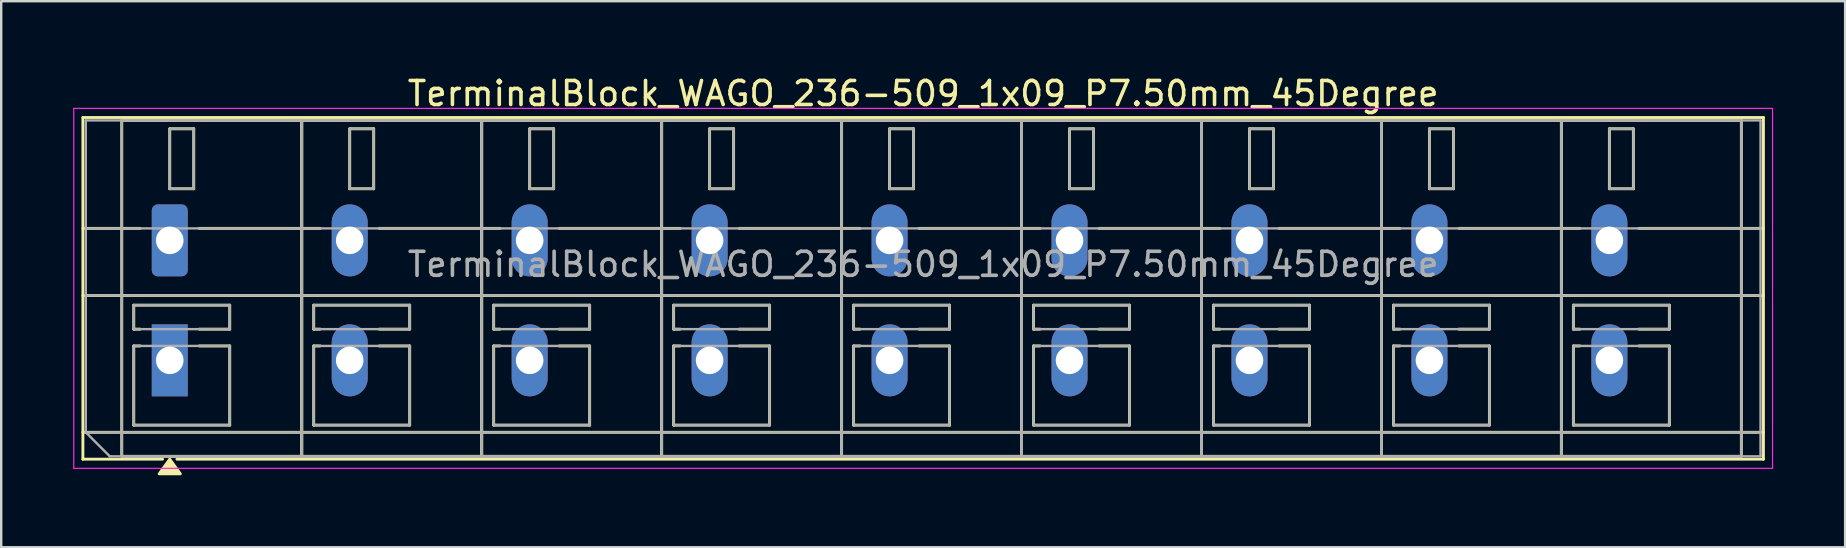
<source format=kicad_pcb>
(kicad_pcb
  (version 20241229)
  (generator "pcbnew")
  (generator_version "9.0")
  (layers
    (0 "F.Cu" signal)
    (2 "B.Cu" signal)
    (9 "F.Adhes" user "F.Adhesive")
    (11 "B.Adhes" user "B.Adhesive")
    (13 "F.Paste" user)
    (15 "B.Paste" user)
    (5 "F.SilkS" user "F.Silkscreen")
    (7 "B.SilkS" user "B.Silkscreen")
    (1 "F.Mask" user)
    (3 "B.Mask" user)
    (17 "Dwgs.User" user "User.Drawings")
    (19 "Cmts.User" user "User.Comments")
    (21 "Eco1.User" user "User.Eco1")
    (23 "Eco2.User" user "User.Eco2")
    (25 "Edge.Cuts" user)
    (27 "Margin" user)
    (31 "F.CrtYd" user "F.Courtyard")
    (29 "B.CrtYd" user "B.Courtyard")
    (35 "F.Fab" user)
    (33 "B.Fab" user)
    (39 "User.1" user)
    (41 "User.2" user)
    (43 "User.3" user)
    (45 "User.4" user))
  (footprint "TerminalBlock_WAGO_236-509_1x09_P7.50mm_45Degree"
    (layer "F.Cu")
    (at 4.025 6.968)
    (property "Reference" "TerminalBlock_WAGO_236-509_1x09_P7.50mm_45Degree" (at 31.4 -6.12 0) (layer "F.SilkS") (effects (font (size 1 1) (thickness 0.15))))
    (attr through_hole)
    (fp_line (start -3.62 -5.12) (end -3.62 9.12) (stroke (width 0.12) (type solid)) (layer "F.SilkS"))
    (fp_line (start -3.62 -5.12) (end 66.42 -5.12) (stroke (width 0.12) (type solid)) (layer "F.SilkS"))
    (fp_line (start -3.62 -0.5) (end -1.23 -0.5) (stroke (width 0.12) (type solid)) (layer "F.SilkS"))
    (fp_line (start -3.62 2.3) (end 66.42 2.3) (stroke (width 0.12) (type solid)) (layer "F.SilkS"))
    (fp_line (start -3.62 8) (end 66.42 8) (stroke (width 0.12) (type solid)) (layer "F.SilkS"))
    (fp_line (start -3.62 9.12) (end -0.3 9.12) (stroke (width 0.12) (type solid)) (layer "F.SilkS"))
    (fp_line (start -2 -5) (end -2 9) (stroke (width 0.12) (type solid)) (layer "F.SilkS"))
    (fp_line (start -2 -5) (end 5.5 -5) (stroke (width 0.12) (type solid)) (layer "F.SilkS"))
    (fp_line (start -2 9) (end 5.5 9) (stroke (width 0.12) (type solid)) (layer "F.SilkS"))
    (fp_line (start -1.5 2.7) (end -1.5 3.7) (stroke (width 0.12) (type solid)) (layer "F.SilkS"))
    (fp_line (start -1.5 2.7) (end 2.5 2.7) (stroke (width 0.12) (type solid)) (layer "F.SilkS"))
    (fp_line (start -1.5 3.7) (end -1.23 3.7) (stroke (width 0.12) (type solid)) (layer "F.SilkS"))
    (fp_line (start -1.5 4.4) (end -1.5 7.7) (stroke (width 0.12) (type solid)) (layer "F.SilkS"))
    (fp_line (start -1.5 4.4) (end -1.23 4.4) (stroke (width 0.12) (type solid)) (layer "F.SilkS"))
    (fp_line (start -1.5 7.7) (end 2.5 7.7) (stroke (width 0.12) (type solid)) (layer "F.SilkS"))
    (fp_line (start 0 -4.65) (end 0 -2.15) (stroke (width 0.12) (type solid)) (layer "F.SilkS"))
    (fp_line (start 0 -4.65) (end 1 -4.65) (stroke (width 0.12) (type solid)) (layer "F.SilkS"))
    (fp_line (start 0 -2.15) (end 1 -2.15) (stroke (width 0.12) (type solid)) (layer "F.SilkS"))
    (fp_line (start 0.3 9.12) (end 66.42 9.12) (stroke (width 0.12) (type solid)) (layer "F.SilkS"))
    (fp_line (start 1 -4.65) (end 1 -2.15) (stroke (width 0.12) (type solid)) (layer "F.SilkS"))
    (fp_line (start 1.23 -0.5) (end 6.27 -0.5) (stroke (width 0.12) (type solid)) (layer "F.SilkS"))
    (fp_line (start 1.23 3.7) (end 2.5 3.7) (stroke (width 0.12) (type solid)) (layer "F.SilkS"))
    (fp_line (start 1.23 4.4) (end 2.5 4.4) (stroke (width 0.12) (type solid)) (layer "F.SilkS"))
    (fp_line (start 2.5 2.7) (end 2.5 3.7) (stroke (width 0.12) (type solid)) (layer "F.SilkS"))
    (fp_line (start 2.5 4.4) (end 2.5 7.7) (stroke (width 0.12) (type solid)) (layer "F.SilkS"))
    (fp_line (start 5.5 -5) (end 5.5 9) (stroke (width 0.12) (type solid)) (layer "F.SilkS"))
    (fp_line (start 5.5 -5) (end 5.5 9) (stroke (width 0.12) (type solid)) (layer "F.SilkS"))
    (fp_line (start 5.5 -5) (end 13 -5) (stroke (width 0.12) (type solid)) (layer "F.SilkS"))
    (fp_line (start 5.5 9) (end 13 9) (stroke (width 0.12) (type solid)) (layer "F.SilkS"))
    (fp_line (start 6 2.7) (end 6 3.7) (stroke (width 0.12) (type solid)) (layer "F.SilkS"))
    (fp_line (start 6 2.7) (end 10 2.7) (stroke (width 0.12) (type solid)) (layer "F.SilkS"))
    (fp_line (start 6 3.7) (end 6.27 3.7) (stroke (width 0.12) (type solid)) (layer "F.SilkS"))
    (fp_line (start 6 4.4) (end 6 7.7) (stroke (width 0.12) (type solid)) (layer "F.SilkS"))
    (fp_line (start 6 4.4) (end 6.27 4.4) (stroke (width 0.12) (type solid)) (layer "F.SilkS"))
    (fp_line (start 6 7.7) (end 10 7.7) (stroke (width 0.12) (type solid)) (layer "F.SilkS"))
    (fp_line (start 7.5 -4.65) (end 7.5 -2.15) (stroke (width 0.12) (type solid)) (layer "F.SilkS"))
    (fp_line (start 7.5 -4.65) (end 8.5 -4.65) (stroke (width 0.12) (type solid)) (layer "F.SilkS"))
    (fp_line (start 7.5 -2.15) (end 8.5 -2.15) (stroke (width 0.12) (type solid)) (layer "F.SilkS"))
    (fp_line (start 8.5 -4.65) (end 8.5 -2.15) (stroke (width 0.12) (type solid)) (layer "F.SilkS"))
    (fp_line (start 8.73 -0.5) (end 13.77 -0.5) (stroke (width 0.12) (type solid)) (layer "F.SilkS"))
    (fp_line (start 8.73 3.7) (end 10 3.7) (stroke (width 0.12) (type solid)) (layer "F.SilkS"))
    (fp_line (start 8.73 4.4) (end 10 4.4) (stroke (width 0.12) (type solid)) (layer "F.SilkS"))
    (fp_line (start 10 2.7) (end 10 3.7) (stroke (width 0.12) (type solid)) (layer "F.SilkS"))
    (fp_line (start 10 4.4) (end 10 7.7) (stroke (width 0.12) (type solid)) (layer "F.SilkS"))
    (fp_line (start 13 -5) (end 13 9) (stroke (width 0.12) (type solid)) (layer "F.SilkS"))
    (fp_line (start 13 -5) (end 13 9) (stroke (width 0.12) (type solid)) (layer "F.SilkS"))
    (fp_line (start 13 -5) (end 20.5 -5) (stroke (width 0.12) (type solid)) (layer "F.SilkS"))
    (fp_line (start 13 9) (end 20.5 9) (stroke (width 0.12) (type solid)) (layer "F.SilkS"))
    (fp_line (start 13.5 2.7) (end 13.5 3.7) (stroke (width 0.12) (type solid)) (layer "F.SilkS"))
    (fp_line (start 13.5 2.7) (end 17.5 2.7) (stroke (width 0.12) (type solid)) (layer "F.SilkS"))
    (fp_line (start 13.5 3.7) (end 13.77 3.7) (stroke (width 0.12) (type solid)) (layer "F.SilkS"))
    (fp_line (start 13.5 4.4) (end 13.5 7.7) (stroke (width 0.12) (type solid)) (layer "F.SilkS"))
    (fp_line (start 13.5 4.4) (end 13.77 4.4) (stroke (width 0.12) (type solid)) (layer "F.SilkS"))
    (fp_line (start 13.5 7.7) (end 17.5 7.7) (stroke (width 0.12) (type solid)) (layer "F.SilkS"))
    (fp_line (start 15 -4.65) (end 15 -2.15) (stroke (width 0.12) (type solid)) (layer "F.SilkS"))
    (fp_line (start 15 -4.65) (end 16 -4.65) (stroke (width 0.12) (type solid)) (layer "F.SilkS"))
    (fp_line (start 15 -2.15) (end 16 -2.15) (stroke (width 0.12) (type solid)) (layer "F.SilkS"))
    (fp_line (start 16 -4.65) (end 16 -2.15) (stroke (width 0.12) (type solid)) (layer "F.SilkS"))
    (fp_line (start 16.23 -0.5) (end 21.27 -0.5) (stroke (width 0.12) (type solid)) (layer "F.SilkS"))
    (fp_line (start 16.23 3.7) (end 17.5 3.7) (stroke (width 0.12) (type solid)) (layer "F.SilkS"))
    (fp_line (start 16.23 4.4) (end 17.5 4.4) (stroke (width 0.12) (type solid)) (layer "F.SilkS"))
    (fp_line (start 17.5 2.7) (end 17.5 3.7) (stroke (width 0.12) (type solid)) (layer "F.SilkS"))
    (fp_line (start 17.5 4.4) (end 17.5 7.7) (stroke (width 0.12) (type solid)) (layer "F.SilkS"))
    (fp_line (start 20.5 -5) (end 20.5 9) (stroke (width 0.12) (type solid)) (layer "F.SilkS"))
    (fp_line (start 20.5 -5) (end 20.5 9) (stroke (width 0.12) (type solid)) (layer "F.SilkS"))
    (fp_line (start 20.5 -5) (end 28 -5) (stroke (width 0.12) (type solid)) (layer "F.SilkS"))
    (fp_line (start 20.5 9) (end 28 9) (stroke (width 0.12) (type solid)) (layer "F.SilkS"))
    (fp_line (start 21 2.7) (end 21 3.7) (stroke (width 0.12) (type solid)) (layer "F.SilkS"))
    (fp_line (start 21 2.7) (end 25 2.7) (stroke (width 0.12) (type solid)) (layer "F.SilkS"))
    (fp_line (start 21 3.7) (end 21.27 3.7) (stroke (width 0.12) (type solid)) (layer "F.SilkS"))
    (fp_line (start 21 4.4) (end 21 7.7) (stroke (width 0.12) (type solid)) (layer "F.SilkS"))
    (fp_line (start 21 4.4) (end 21.27 4.4) (stroke (width 0.12) (type solid)) (layer "F.SilkS"))
    (fp_line (start 21 7.7) (end 25 7.7) (stroke (width 0.12) (type solid)) (layer "F.SilkS"))
    (fp_line (start 22.5 -4.65) (end 22.5 -2.15) (stroke (width 0.12) (type solid)) (layer "F.SilkS"))
    (fp_line (start 22.5 -4.65) (end 23.5 -4.65) (stroke (width 0.12) (type solid)) (layer "F.SilkS"))
    (fp_line (start 22.5 -2.15) (end 23.5 -2.15) (stroke (width 0.12) (type solid)) (layer "F.SilkS"))
    (fp_line (start 23.5 -4.65) (end 23.5 -2.15) (stroke (width 0.12) (type solid)) (layer "F.SilkS"))
    (fp_line (start 23.73 -0.5) (end 28.77 -0.5) (stroke (width 0.12) (type solid)) (layer "F.SilkS"))
    (fp_line (start 23.73 3.7) (end 25 3.7) (stroke (width 0.12) (type solid)) (layer "F.SilkS"))
    (fp_line (start 23.73 4.4) (end 25 4.4) (stroke (width 0.12) (type solid)) (layer "F.SilkS"))
    (fp_line (start 25 2.7) (end 25 3.7) (stroke (width 0.12) (type solid)) (layer "F.SilkS"))
    (fp_line (start 25 4.4) (end 25 7.7) (stroke (width 0.12) (type solid)) (layer "F.SilkS"))
    (fp_line (start 28 -5) (end 28 9) (stroke (width 0.12) (type solid)) (layer "F.SilkS"))
    (fp_line (start 28 -5) (end 28 9) (stroke (width 0.12) (type solid)) (layer "F.SilkS"))
    (fp_line (start 28 -5) (end 35.5 -5) (stroke (width 0.12) (type solid)) (layer "F.SilkS"))
    (fp_line (start 28 9) (end 35.5 9) (stroke (width 0.12) (type solid)) (layer "F.SilkS"))
    (fp_line (start 28.5 2.7) (end 28.5 3.7) (stroke (width 0.12) (type solid)) (layer "F.SilkS"))
    (fp_line (start 28.5 2.7) (end 32.5 2.7) (stroke (width 0.12) (type solid)) (layer "F.SilkS"))
    (fp_line (start 28.5 3.7) (end 28.77 3.7) (stroke (width 0.12) (type solid)) (layer "F.SilkS"))
    (fp_line (start 28.5 4.4) (end 28.5 7.7) (stroke (width 0.12) (type solid)) (layer "F.SilkS"))
    (fp_line (start 28.5 4.4) (end 28.77 4.4) (stroke (width 0.12) (type solid)) (layer "F.SilkS"))
    (fp_line (start 28.5 7.7) (end 32.5 7.7) (stroke (width 0.12) (type solid)) (layer "F.SilkS"))
    (fp_line (start 30 -4.65) (end 30 -2.15) (stroke (width 0.12) (type solid)) (layer "F.SilkS"))
    (fp_line (start 30 -4.65) (end 31 -4.65) (stroke (width 0.12) (type solid)) (layer "F.SilkS"))
    (fp_line (start 30 -2.15) (end 31 -2.15) (stroke (width 0.12) (type solid)) (layer "F.SilkS"))
    (fp_line (start 31 -4.65) (end 31 -2.15) (stroke (width 0.12) (type solid)) (layer "F.SilkS"))
    (fp_line (start 31.23 -0.5) (end 36.27 -0.5) (stroke (width 0.12) (type solid)) (layer "F.SilkS"))
    (fp_line (start 31.23 3.7) (end 32.5 3.7) (stroke (width 0.12) (type solid)) (layer "F.SilkS"))
    (fp_line (start 31.23 4.4) (end 32.5 4.4) (stroke (width 0.12) (type solid)) (layer "F.SilkS"))
    (fp_line (start 32.5 2.7) (end 32.5 3.7) (stroke (width 0.12) (type solid)) (layer "F.SilkS"))
    (fp_line (start 32.5 4.4) (end 32.5 7.7) (stroke (width 0.12) (type solid)) (layer "F.SilkS"))
    (fp_line (start 35.5 -5) (end 35.5 9) (stroke (width 0.12) (type solid)) (layer "F.SilkS"))
    (fp_line (start 35.5 -5) (end 35.5 9) (stroke (width 0.12) (type solid)) (layer "F.SilkS"))
    (fp_line (start 35.5 -5) (end 43 -5) (stroke (width 0.12) (type solid)) (layer "F.SilkS"))
    (fp_line (start 35.5 9) (end 43 9) (stroke (width 0.12) (type solid)) (layer "F.SilkS"))
    (fp_line (start 36 2.7) (end 36 3.7) (stroke (width 0.12) (type solid)) (layer "F.SilkS"))
    (fp_line (start 36 2.7) (end 40 2.7) (stroke (width 0.12) (type solid)) (layer "F.SilkS"))
    (fp_line (start 36 3.7) (end 36.27 3.7) (stroke (width 0.12) (type solid)) (layer "F.SilkS"))
    (fp_line (start 36 4.4) (end 36 7.7) (stroke (width 0.12) (type solid)) (layer "F.SilkS"))
    (fp_line (start 36 4.4) (end 36.27 4.4) (stroke (width 0.12) (type solid)) (layer "F.SilkS"))
    (fp_line (start 36 7.7) (end 40 7.7) (stroke (width 0.12) (type solid)) (layer "F.SilkS"))
    (fp_line (start 37.5 -4.65) (end 37.5 -2.15) (stroke (width 0.12) (type solid)) (layer "F.SilkS"))
    (fp_line (start 37.5 -4.65) (end 38.5 -4.65) (stroke (width 0.12) (type solid)) (layer "F.SilkS"))
    (fp_line (start 37.5 -2.15) (end 38.5 -2.15) (stroke (width 0.12) (type solid)) (layer "F.SilkS"))
    (fp_line (start 38.5 -4.65) (end 38.5 -2.15) (stroke (width 0.12) (type solid)) (layer "F.SilkS"))
    (fp_line (start 38.73 -0.5) (end 43.77 -0.5) (stroke (width 0.12) (type solid)) (layer "F.SilkS"))
    (fp_line (start 38.73 3.7) (end 40 3.7) (stroke (width 0.12) (type solid)) (layer "F.SilkS"))
    (fp_line (start 38.73 4.4) (end 40 4.4) (stroke (width 0.12) (type solid)) (layer "F.SilkS"))
    (fp_line (start 40 2.7) (end 40 3.7) (stroke (width 0.12) (type solid)) (layer "F.SilkS"))
    (fp_line (start 40 4.4) (end 40 7.7) (stroke (width 0.12) (type solid)) (layer "F.SilkS"))
    (fp_line (start 43 -5) (end 43 9) (stroke (width 0.12) (type solid)) (layer "F.SilkS"))
    (fp_line (start 43 -5) (end 43 9) (stroke (width 0.12) (type solid)) (layer "F.SilkS"))
    (fp_line (start 43 -5) (end 50.5 -5) (stroke (width 0.12) (type solid)) (layer "F.SilkS"))
    (fp_line (start 43 9) (end 50.5 9) (stroke (width 0.12) (type solid)) (layer "F.SilkS"))
    (fp_line (start 43.5 2.7) (end 43.5 3.7) (stroke (width 0.12) (type solid)) (layer "F.SilkS"))
    (fp_line (start 43.5 2.7) (end 47.5 2.7) (stroke (width 0.12) (type solid)) (layer "F.SilkS"))
    (fp_line (start 43.5 3.7) (end 43.77 3.7) (stroke (width 0.12) (type solid)) (layer "F.SilkS"))
    (fp_line (start 43.5 4.4) (end 43.5 7.7) (stroke (width 0.12) (type solid)) (layer "F.SilkS"))
    (fp_line (start 43.5 4.4) (end 43.77 4.4) (stroke (width 0.12) (type solid)) (layer "F.SilkS"))
    (fp_line (start 43.5 7.7) (end 47.5 7.7) (stroke (width 0.12) (type solid)) (layer "F.SilkS"))
    (fp_line (start 45 -4.65) (end 45 -2.15) (stroke (width 0.12) (type solid)) (layer "F.SilkS"))
    (fp_line (start 45 -4.65) (end 46 -4.65) (stroke (width 0.12) (type solid)) (layer "F.SilkS"))
    (fp_line (start 45 -2.15) (end 46 -2.15) (stroke (width 0.12) (type solid)) (layer "F.SilkS"))
    (fp_line (start 46 -4.65) (end 46 -2.15) (stroke (width 0.12) (type solid)) (layer "F.SilkS"))
    (fp_line (start 46.23 -0.5) (end 51.27 -0.5) (stroke (width 0.12) (type solid)) (layer "F.SilkS"))
    (fp_line (start 46.23 3.7) (end 47.5 3.7) (stroke (width 0.12) (type solid)) (layer "F.SilkS"))
    (fp_line (start 46.23 4.4) (end 47.5 4.4) (stroke (width 0.12) (type solid)) (layer "F.SilkS"))
    (fp_line (start 47.5 2.7) (end 47.5 3.7) (stroke (width 0.12) (type solid)) (layer "F.SilkS"))
    (fp_line (start 47.5 4.4) (end 47.5 7.7) (stroke (width 0.12) (type solid)) (layer "F.SilkS"))
    (fp_line (start 50.5 -5) (end 50.5 9) (stroke (width 0.12) (type solid)) (layer "F.SilkS"))
    (fp_line (start 50.5 -5) (end 50.5 9) (stroke (width 0.12) (type solid)) (layer "F.SilkS"))
    (fp_line (start 50.5 -5) (end 58 -5) (stroke (width 0.12) (type solid)) (layer "F.SilkS"))
    (fp_line (start 50.5 9) (end 58 9) (stroke (width 0.12) (type solid)) (layer "F.SilkS"))
    (fp_line (start 51 2.7) (end 51 3.7) (stroke (width 0.12) (type solid)) (layer "F.SilkS"))
    (fp_line (start 51 2.7) (end 55 2.7) (stroke (width 0.12) (type solid)) (layer "F.SilkS"))
    (fp_line (start 51 3.7) (end 51.27 3.7) (stroke (width 0.12) (type solid)) (layer "F.SilkS"))
    (fp_line (start 51 4.4) (end 51 7.7) (stroke (width 0.12) (type solid)) (layer "F.SilkS"))
    (fp_line (start 51 4.4) (end 51.27 4.4) (stroke (width 0.12) (type solid)) (layer "F.SilkS"))
    (fp_line (start 51 7.7) (end 55 7.7) (stroke (width 0.12) (type solid)) (layer "F.SilkS"))
    (fp_line (start 52.5 -4.65) (end 52.5 -2.15) (stroke (width 0.12) (type solid)) (layer "F.SilkS"))
    (fp_line (start 52.5 -4.65) (end 53.5 -4.65) (stroke (width 0.12) (type solid)) (layer "F.SilkS"))
    (fp_line (start 52.5 -2.15) (end 53.5 -2.15) (stroke (width 0.12) (type solid)) (layer "F.SilkS"))
    (fp_line (start 53.5 -4.65) (end 53.5 -2.15) (stroke (width 0.12) (type solid)) (layer "F.SilkS"))
    (fp_line (start 53.73 -0.5) (end 58.77 -0.5) (stroke (width 0.12) (type solid)) (layer "F.SilkS"))
    (fp_line (start 53.73 3.7) (end 55 3.7) (stroke (width 0.12) (type solid)) (layer "F.SilkS"))
    (fp_line (start 53.73 4.4) (end 55 4.4) (stroke (width 0.12) (type solid)) (layer "F.SilkS"))
    (fp_line (start 55 2.7) (end 55 3.7) (stroke (width 0.12) (type solid)) (layer "F.SilkS"))
    (fp_line (start 55 4.4) (end 55 7.7) (stroke (width 0.12) (type solid)) (layer "F.SilkS"))
    (fp_line (start 58 -5) (end 58 9) (stroke (width 0.12) (type solid)) (layer "F.SilkS"))
    (fp_line (start 58 -5) (end 58 9) (stroke (width 0.12) (type solid)) (layer "F.SilkS"))
    (fp_line (start 58 -5) (end 65.5 -5) (stroke (width 0.12) (type solid)) (layer "F.SilkS"))
    (fp_line (start 58 9) (end 65.5 9) (stroke (width 0.12) (type solid)) (layer "F.SilkS"))
    (fp_line (start 58.5 2.7) (end 58.5 3.7) (stroke (width 0.12) (type solid)) (layer "F.SilkS"))
    (fp_line (start 58.5 2.7) (end 62.5 2.7) (stroke (width 0.12) (type solid)) (layer "F.SilkS"))
    (fp_line (start 58.5 3.7) (end 58.77 3.7) (stroke (width 0.12) (type solid)) (layer "F.SilkS"))
    (fp_line (start 58.5 4.4) (end 58.5 7.7) (stroke (width 0.12) (type solid)) (layer "F.SilkS"))
    (fp_line (start 58.5 4.4) (end 58.77 4.4) (stroke (width 0.12) (type solid)) (layer "F.SilkS"))
    (fp_line (start 58.5 7.7) (end 62.5 7.7) (stroke (width 0.12) (type solid)) (layer "F.SilkS"))
    (fp_line (start 60 -4.65) (end 60 -2.15) (stroke (width 0.12) (type solid)) (layer "F.SilkS"))
    (fp_line (start 60 -4.65) (end 61 -4.65) (stroke (width 0.12) (type solid)) (layer "F.SilkS"))
    (fp_line (start 60 -2.15) (end 61 -2.15) (stroke (width 0.12) (type solid)) (layer "F.SilkS"))
    (fp_line (start 61 -4.65) (end 61 -2.15) (stroke (width 0.12) (type solid)) (layer "F.SilkS"))
    (fp_line (start 61.23 -0.5) (end 66.42 -0.5) (stroke (width 0.12) (type solid)) (layer "F.SilkS"))
    (fp_line (start 61.23 3.7) (end 62.5 3.7) (stroke (width 0.12) (type solid)) (layer "F.SilkS"))
    (fp_line (start 61.23 4.4) (end 62.5 4.4) (stroke (width 0.12) (type solid)) (layer "F.SilkS"))
    (fp_line (start 62.5 2.7) (end 62.5 3.7) (stroke (width 0.12) (type solid)) (layer "F.SilkS"))
    (fp_line (start 62.5 4.4) (end 62.5 7.7) (stroke (width 0.12) (type solid)) (layer "F.SilkS"))
    (fp_line (start 65.5 -5) (end 65.5 9) (stroke (width 0.12) (type solid)) (layer "F.SilkS"))
    (fp_line (start 66.42 -5.12) (end 66.42 9.12) (stroke (width 0.12) (type solid)) (layer "F.SilkS"))
    (fp_poly (pts (xy 0 9.12) (xy 0.44 9.73) (xy -0.44 9.73)) (stroke (width 0.12) (type solid)) (fill yes) (layer "F.SilkS"))
    (fp_line (start -4 -5.5) (end -4 9.5) (stroke (width 0.05) (type solid)) (layer "F.CrtYd"))
    (fp_line (start -4 9.5) (end 66.8 9.5) (stroke (width 0.05) (type solid)) (layer "F.CrtYd"))
    (fp_line (start 66.8 -5.5) (end -4 -5.5) (stroke (width 0.05) (type solid)) (layer "F.CrtYd"))
    (fp_line (start 66.8 9.5) (end 66.8 -5.5) (stroke (width 0.05) (type solid)) (layer "F.CrtYd"))
    (fp_line (start -3.5 -5) (end 66.3 -5) (stroke (width 0.1) (type solid)) (layer "F.Fab"))
    (fp_line (start -3.5 -0.5) (end 66.3 -0.5) (stroke (width 0.1) (type solid)) (layer "F.Fab"))
    (fp_line (start -3.5 2.3) (end 66.3 2.3) (stroke (width 0.1) (type solid)) (layer "F.Fab"))
    (fp_line (start -3.5 8) (end -3.5 -5) (stroke (width 0.1) (type solid)) (layer "F.Fab"))
    (fp_line (start -3.5 8) (end 66.3 8) (stroke (width 0.1) (type solid)) (layer "F.Fab"))
    (fp_line (start -2.5 9) (end -3.5 8) (stroke (width 0.1) (type solid)) (layer "F.Fab"))
    (fp_line (start -2 -5) (end -2 9) (stroke (width 0.1) (type solid)) (layer "F.Fab"))
    (fp_line (start -2 9) (end 5.5 9) (stroke (width 0.1) (type solid)) (layer "F.Fab"))
    (fp_line (start -1.5 2.7) (end -1.5 3.7) (stroke (width 0.1) (type solid)) (layer "F.Fab"))
    (fp_line (start -1.5 3.7) (end 2.5 3.7) (stroke (width 0.1) (type solid)) (layer "F.Fab"))
    (fp_line (start -1.5 4.4) (end -1.5 7.7) (stroke (width 0.1) (type solid)) (layer "F.Fab"))
    (fp_line (start -1.5 7.7) (end 2.5 7.7) (stroke (width 0.1) (type solid)) (layer "F.Fab"))
    (fp_line (start 0 -4.65) (end 0 -2.15) (stroke (width 0.1) (type solid)) (layer "F.Fab"))
    (fp_line (start 0 -2.15) (end 1 -2.15) (stroke (width 0.1) (type solid)) (layer "F.Fab"))
    (fp_line (start 1 -4.65) (end 0 -4.65) (stroke (width 0.1) (type solid)) (layer "F.Fab"))
    (fp_line (start 1 -2.15) (end 1 -4.65) (stroke (width 0.1) (type solid)) (layer "F.Fab"))
    (fp_line (start 2.5 2.7) (end -1.5 2.7) (stroke (width 0.1) (type solid)) (layer "F.Fab"))
    (fp_line (start 2.5 3.7) (end 2.5 2.7) (stroke (width 0.1) (type solid)) (layer "F.Fab"))
    (fp_line (start 2.5 4.4) (end -1.5 4.4) (stroke (width 0.1) (type solid)) (layer "F.Fab"))
    (fp_line (start 2.5 7.7) (end 2.5 4.4) (stroke (width 0.1) (type solid)) (layer "F.Fab"))
    (fp_line (start 5.5 -5) (end -2 -5) (stroke (width 0.1) (type solid)) (layer "F.Fab"))
    (fp_line (start 5.5 -5) (end 5.5 9) (stroke (width 0.1) (type solid)) (layer "F.Fab"))
    (fp_line (start 5.5 9) (end 5.5 -5) (stroke (width 0.1) (type solid)) (layer "F.Fab"))
    (fp_line (start 5.5 9) (end 13 9) (stroke (width 0.1) (type solid)) (layer "F.Fab"))
    (fp_line (start 6 2.7) (end 6 3.7) (stroke (width 0.1) (type solid)) (layer "F.Fab"))
    (fp_line (start 6 3.7) (end 10 3.7) (stroke (width 0.1) (type solid)) (layer "F.Fab"))
    (fp_line (start 6 4.4) (end 6 7.7) (stroke (width 0.1) (type solid)) (layer "F.Fab"))
    (fp_line (start 6 7.7) (end 10 7.7) (stroke (width 0.1) (type solid)) (layer "F.Fab"))
    (fp_line (start 7.5 -4.65) (end 7.5 -2.15) (stroke (width 0.1) (type solid)) (layer "F.Fab"))
    (fp_line (start 7.5 -2.15) (end 8.5 -2.15) (stroke (width 0.1) (type solid)) (layer "F.Fab"))
    (fp_line (start 8.5 -4.65) (end 7.5 -4.65) (stroke (width 0.1) (type solid)) (layer "F.Fab"))
    (fp_line (start 8.5 -2.15) (end 8.5 -4.65) (stroke (width 0.1) (type solid)) (layer "F.Fab"))
    (fp_line (start 10 2.7) (end 6 2.7) (stroke (width 0.1) (type solid)) (layer "F.Fab"))
    (fp_line (start 10 3.7) (end 10 2.7) (stroke (width 0.1) (type solid)) (layer "F.Fab"))
    (fp_line (start 10 4.4) (end 6 4.4) (stroke (width 0.1) (type solid)) (layer "F.Fab"))
    (fp_line (start 10 7.7) (end 10 4.4) (stroke (width 0.1) (type solid)) (layer "F.Fab"))
    (fp_line (start 13 -5) (end 5.5 -5) (stroke (width 0.1) (type solid)) (layer "F.Fab"))
    (fp_line (start 13 -5) (end 13 9) (stroke (width 0.1) (type solid)) (layer "F.Fab"))
    (fp_line (start 13 9) (end 13 -5) (stroke (width 0.1) (type solid)) (layer "F.Fab"))
    (fp_line (start 13 9) (end 20.5 9) (stroke (width 0.1) (type solid)) (layer "F.Fab"))
    (fp_line (start 13.5 2.7) (end 13.5 3.7) (stroke (width 0.1) (type solid)) (layer "F.Fab"))
    (fp_line (start 13.5 3.7) (end 17.5 3.7) (stroke (width 0.1) (type solid)) (layer "F.Fab"))
    (fp_line (start 13.5 4.4) (end 13.5 7.7) (stroke (width 0.1) (type solid)) (layer "F.Fab"))
    (fp_line (start 13.5 7.7) (end 17.5 7.7) (stroke (width 0.1) (type solid)) (layer "F.Fab"))
    (fp_line (start 15 -4.65) (end 15 -2.15) (stroke (width 0.1) (type solid)) (layer "F.Fab"))
    (fp_line (start 15 -2.15) (end 16 -2.15) (stroke (width 0.1) (type solid)) (layer "F.Fab"))
    (fp_line (start 16 -4.65) (end 15 -4.65) (stroke (width 0.1) (type solid)) (layer "F.Fab"))
    (fp_line (start 16 -2.15) (end 16 -4.65) (stroke (width 0.1) (type solid)) (layer "F.Fab"))
    (fp_line (start 17.5 2.7) (end 13.5 2.7) (stroke (width 0.1) (type solid)) (layer "F.Fab"))
    (fp_line (start 17.5 3.7) (end 17.5 2.7) (stroke (width 0.1) (type solid)) (layer "F.Fab"))
    (fp_line (start 17.5 4.4) (end 13.5 4.4) (stroke (width 0.1) (type solid)) (layer "F.Fab"))
    (fp_line (start 17.5 7.7) (end 17.5 4.4) (stroke (width 0.1) (type solid)) (layer "F.Fab"))
    (fp_line (start 20.5 -5) (end 13 -5) (stroke (width 0.1) (type solid)) (layer "F.Fab"))
    (fp_line (start 20.5 -5) (end 20.5 9) (stroke (width 0.1) (type solid)) (layer "F.Fab"))
    (fp_line (start 20.5 9) (end 20.5 -5) (stroke (width 0.1) (type solid)) (layer "F.Fab"))
    (fp_line (start 20.5 9) (end 28 9) (stroke (width 0.1) (type solid)) (layer "F.Fab"))
    (fp_line (start 21 2.7) (end 21 3.7) (stroke (width 0.1) (type solid)) (layer "F.Fab"))
    (fp_line (start 21 3.7) (end 25 3.7) (stroke (width 0.1) (type solid)) (layer "F.Fab"))
    (fp_line (start 21 4.4) (end 21 7.7) (stroke (width 0.1) (type solid)) (layer "F.Fab"))
    (fp_line (start 21 7.7) (end 25 7.7) (stroke (width 0.1) (type solid)) (layer "F.Fab"))
    (fp_line (start 22.5 -4.65) (end 22.5 -2.15) (stroke (width 0.1) (type solid)) (layer "F.Fab"))
    (fp_line (start 22.5 -2.15) (end 23.5 -2.15) (stroke (width 0.1) (type solid)) (layer "F.Fab"))
    (fp_line (start 23.5 -4.65) (end 22.5 -4.65) (stroke (width 0.1) (type solid)) (layer "F.Fab"))
    (fp_line (start 23.5 -2.15) (end 23.5 -4.65) (stroke (width 0.1) (type solid)) (layer "F.Fab"))
    (fp_line (start 25 2.7) (end 21 2.7) (stroke (width 0.1) (type solid)) (layer "F.Fab"))
    (fp_line (start 25 3.7) (end 25 2.7) (stroke (width 0.1) (type solid)) (layer "F.Fab"))
    (fp_line (start 25 4.4) (end 21 4.4) (stroke (width 0.1) (type solid)) (layer "F.Fab"))
    (fp_line (start 25 7.7) (end 25 4.4) (stroke (width 0.1) (type solid)) (layer "F.Fab"))
    (fp_line (start 28 -5) (end 20.5 -5) (stroke (width 0.1) (type solid)) (layer "F.Fab"))
    (fp_line (start 28 -5) (end 28 9) (stroke (width 0.1) (type solid)) (layer "F.Fab"))
    (fp_line (start 28 9) (end 28 -5) (stroke (width 0.1) (type solid)) (layer "F.Fab"))
    (fp_line (start 28 9) (end 35.5 9) (stroke (width 0.1) (type solid)) (layer "F.Fab"))
    (fp_line (start 28.5 2.7) (end 28.5 3.7) (stroke (width 0.1) (type solid)) (layer "F.Fab"))
    (fp_line (start 28.5 3.7) (end 32.5 3.7) (stroke (width 0.1) (type solid)) (layer "F.Fab"))
    (fp_line (start 28.5 4.4) (end 28.5 7.7) (stroke (width 0.1) (type solid)) (layer "F.Fab"))
    (fp_line (start 28.5 7.7) (end 32.5 7.7) (stroke (width 0.1) (type solid)) (layer "F.Fab"))
    (fp_line (start 30 -4.65) (end 30 -2.15) (stroke (width 0.1) (type solid)) (layer "F.Fab"))
    (fp_line (start 30 -2.15) (end 31 -2.15) (stroke (width 0.1) (type solid)) (layer "F.Fab"))
    (fp_line (start 31 -4.65) (end 30 -4.65) (stroke (width 0.1) (type solid)) (layer "F.Fab"))
    (fp_line (start 31 -2.15) (end 31 -4.65) (stroke (width 0.1) (type solid)) (layer "F.Fab"))
    (fp_line (start 32.5 2.7) (end 28.5 2.7) (stroke (width 0.1) (type solid)) (layer "F.Fab"))
    (fp_line (start 32.5 3.7) (end 32.5 2.7) (stroke (width 0.1) (type solid)) (layer "F.Fab"))
    (fp_line (start 32.5 4.4) (end 28.5 4.4) (stroke (width 0.1) (type solid)) (layer "F.Fab"))
    (fp_line (start 32.5 7.7) (end 32.5 4.4) (stroke (width 0.1) (type solid)) (layer "F.Fab"))
    (fp_line (start 35.5 -5) (end 28 -5) (stroke (width 0.1) (type solid)) (layer "F.Fab"))
    (fp_line (start 35.5 -5) (end 35.5 9) (stroke (width 0.1) (type solid)) (layer "F.Fab"))
    (fp_line (start 35.5 9) (end 35.5 -5) (stroke (width 0.1) (type solid)) (layer "F.Fab"))
    (fp_line (start 35.5 9) (end 43 9) (stroke (width 0.1) (type solid)) (layer "F.Fab"))
    (fp_line (start 36 2.7) (end 36 3.7) (stroke (width 0.1) (type solid)) (layer "F.Fab"))
    (fp_line (start 36 3.7) (end 40 3.7) (stroke (width 0.1) (type solid)) (layer "F.Fab"))
    (fp_line (start 36 4.4) (end 36 7.7) (stroke (width 0.1) (type solid)) (layer "F.Fab"))
    (fp_line (start 36 7.7) (end 40 7.7) (stroke (width 0.1) (type solid)) (layer "F.Fab"))
    (fp_line (start 37.5 -4.65) (end 37.5 -2.15) (stroke (width 0.1) (type solid)) (layer "F.Fab"))
    (fp_line (start 37.5 -2.15) (end 38.5 -2.15) (stroke (width 0.1) (type solid)) (layer "F.Fab"))
    (fp_line (start 38.5 -4.65) (end 37.5 -4.65) (stroke (width 0.1) (type solid)) (layer "F.Fab"))
    (fp_line (start 38.5 -2.15) (end 38.5 -4.65) (stroke (width 0.1) (type solid)) (layer "F.Fab"))
    (fp_line (start 40 2.7) (end 36 2.7) (stroke (width 0.1) (type solid)) (layer "F.Fab"))
    (fp_line (start 40 3.7) (end 40 2.7) (stroke (width 0.1) (type solid)) (layer "F.Fab"))
    (fp_line (start 40 4.4) (end 36 4.4) (stroke (width 0.1) (type solid)) (layer "F.Fab"))
    (fp_line (start 40 7.7) (end 40 4.4) (stroke (width 0.1) (type solid)) (layer "F.Fab"))
    (fp_line (start 43 -5) (end 35.5 -5) (stroke (width 0.1) (type solid)) (layer "F.Fab"))
    (fp_line (start 43 -5) (end 43 9) (stroke (width 0.1) (type solid)) (layer "F.Fab"))
    (fp_line (start 43 9) (end 43 -5) (stroke (width 0.1) (type solid)) (layer "F.Fab"))
    (fp_line (start 43 9) (end 50.5 9) (stroke (width 0.1) (type solid)) (layer "F.Fab"))
    (fp_line (start 43.5 2.7) (end 43.5 3.7) (stroke (width 0.1) (type solid)) (layer "F.Fab"))
    (fp_line (start 43.5 3.7) (end 47.5 3.7) (stroke (width 0.1) (type solid)) (layer "F.Fab"))
    (fp_line (start 43.5 4.4) (end 43.5 7.7) (stroke (width 0.1) (type solid)) (layer "F.Fab"))
    (fp_line (start 43.5 7.7) (end 47.5 7.7) (stroke (width 0.1) (type solid)) (layer "F.Fab"))
    (fp_line (start 45 -4.65) (end 45 -2.15) (stroke (width 0.1) (type solid)) (layer "F.Fab"))
    (fp_line (start 45 -2.15) (end 46 -2.15) (stroke (width 0.1) (type solid)) (layer "F.Fab"))
    (fp_line (start 46 -4.65) (end 45 -4.65) (stroke (width 0.1) (type solid)) (layer "F.Fab"))
    (fp_line (start 46 -2.15) (end 46 -4.65) (stroke (width 0.1) (type solid)) (layer "F.Fab"))
    (fp_line (start 47.5 2.7) (end 43.5 2.7) (stroke (width 0.1) (type solid)) (layer "F.Fab"))
    (fp_line (start 47.5 3.7) (end 47.5 2.7) (stroke (width 0.1) (type solid)) (layer "F.Fab"))
    (fp_line (start 47.5 4.4) (end 43.5 4.4) (stroke (width 0.1) (type solid)) (layer "F.Fab"))
    (fp_line (start 47.5 7.7) (end 47.5 4.4) (stroke (width 0.1) (type solid)) (layer "F.Fab"))
    (fp_line (start 50.5 -5) (end 43 -5) (stroke (width 0.1) (type solid)) (layer "F.Fab"))
    (fp_line (start 50.5 -5) (end 50.5 9) (stroke (width 0.1) (type solid)) (layer "F.Fab"))
    (fp_line (start 50.5 9) (end 50.5 -5) (stroke (width 0.1) (type solid)) (layer "F.Fab"))
    (fp_line (start 50.5 9) (end 58 9) (stroke (width 0.1) (type solid)) (layer "F.Fab"))
    (fp_line (start 51 2.7) (end 51 3.7) (stroke (width 0.1) (type solid)) (layer "F.Fab"))
    (fp_line (start 51 3.7) (end 55 3.7) (stroke (width 0.1) (type solid)) (layer "F.Fab"))
    (fp_line (start 51 4.4) (end 51 7.7) (stroke (width 0.1) (type solid)) (layer "F.Fab"))
    (fp_line (start 51 7.7) (end 55 7.7) (stroke (width 0.1) (type solid)) (layer "F.Fab"))
    (fp_line (start 52.5 -4.65) (end 52.5 -2.15) (stroke (width 0.1) (type solid)) (layer "F.Fab"))
    (fp_line (start 52.5 -2.15) (end 53.5 -2.15) (stroke (width 0.1) (type solid)) (layer "F.Fab"))
    (fp_line (start 53.5 -4.65) (end 52.5 -4.65) (stroke (width 0.1) (type solid)) (layer "F.Fab"))
    (fp_line (start 53.5 -2.15) (end 53.5 -4.65) (stroke (width 0.1) (type solid)) (layer "F.Fab"))
    (fp_line (start 55 2.7) (end 51 2.7) (stroke (width 0.1) (type solid)) (layer "F.Fab"))
    (fp_line (start 55 3.7) (end 55 2.7) (stroke (width 0.1) (type solid)) (layer "F.Fab"))
    (fp_line (start 55 4.4) (end 51 4.4) (stroke (width 0.1) (type solid)) (layer "F.Fab"))
    (fp_line (start 55 7.7) (end 55 4.4) (stroke (width 0.1) (type solid)) (layer "F.Fab"))
    (fp_line (start 58 -5) (end 50.5 -5) (stroke (width 0.1) (type solid)) (layer "F.Fab"))
    (fp_line (start 58 -5) (end 58 9) (stroke (width 0.1) (type solid)) (layer "F.Fab"))
    (fp_line (start 58 9) (end 58 -5) (stroke (width 0.1) (type solid)) (layer "F.Fab"))
    (fp_line (start 58 9) (end 65.5 9) (stroke (width 0.1) (type solid)) (layer "F.Fab"))
    (fp_line (start 58.5 2.7) (end 58.5 3.7) (stroke (width 0.1) (type solid)) (layer "F.Fab"))
    (fp_line (start 58.5 3.7) (end 62.5 3.7) (stroke (width 0.1) (type solid)) (layer "F.Fab"))
    (fp_line (start 58.5 4.4) (end 58.5 7.7) (stroke (width 0.1) (type solid)) (layer "F.Fab"))
    (fp_line (start 58.5 7.7) (end 62.5 7.7) (stroke (width 0.1) (type solid)) (layer "F.Fab"))
    (fp_line (start 60 -4.65) (end 60 -2.15) (stroke (width 0.1) (type solid)) (layer "F.Fab"))
    (fp_line (start 60 -2.15) (end 61 -2.15) (stroke (width 0.1) (type solid)) (layer "F.Fab"))
    (fp_line (start 61 -4.65) (end 60 -4.65) (stroke (width 0.1) (type solid)) (layer "F.Fab"))
    (fp_line (start 61 -2.15) (end 61 -4.65) (stroke (width 0.1) (type solid)) (layer "F.Fab"))
    (fp_line (start 62.5 2.7) (end 58.5 2.7) (stroke (width 0.1) (type solid)) (layer "F.Fab"))
    (fp_line (start 62.5 3.7) (end 62.5 2.7) (stroke (width 0.1) (type solid)) (layer "F.Fab"))
    (fp_line (start 62.5 4.4) (end 58.5 4.4) (stroke (width 0.1) (type solid)) (layer "F.Fab"))
    (fp_line (start 62.5 7.7) (end 62.5 4.4) (stroke (width 0.1) (type solid)) (layer "F.Fab"))
    (fp_line (start 65.5 -5) (end 58 -5) (stroke (width 0.1) (type solid)) (layer "F.Fab"))
    (fp_line (start 65.5 9) (end 65.5 -5) (stroke (width 0.1) (type solid)) (layer "F.Fab"))
    (fp_line (start 66.3 -5) (end 66.3 9) (stroke (width 0.1) (type solid)) (layer "F.Fab"))
    (fp_line (start 66.3 9) (end -2.5 9) (stroke (width 0.1) (type solid)) (layer "F.Fab"))
    (fp_text user "${REFERENCE}" (at 31.4 1 0) (layer "F.Fab") (effects (font (size 1 1) (thickness 0.15))))
    (pad "1" thru_hole roundrect (at 0 0) (size 1.5 3) (drill 1.15) (layers "*.Cu" "*.Mask") (roundrect_rratio 0.167))
    (pad "1" thru_hole rect (at 0 5) (size 1.5 3) (drill 1.15) (layers "*.Cu" "*.Mask"))
    (pad "2" thru_hole oval (at 7.5 0) (size 1.5 3) (drill 1.15) (layers "*.Cu" "*.Mask"))
    (pad "2" thru_hole oval (at 7.5 5) (size 1.5 3) (drill 1.15) (layers "*.Cu" "*.Mask"))
    (pad "3" thru_hole oval (at 15 0) (size 1.5 3) (drill 1.15) (layers "*.Cu" "*.Mask"))
    (pad "3" thru_hole oval (at 15 5) (size 1.5 3) (drill 1.15) (layers "*.Cu" "*.Mask"))
    (pad "4" thru_hole oval (at 22.5 0) (size 1.5 3) (drill 1.15) (layers "*.Cu" "*.Mask"))
    (pad "4" thru_hole oval (at 22.5 5) (size 1.5 3) (drill 1.15) (layers "*.Cu" "*.Mask"))
    (pad "5" thru_hole oval (at 30 0) (size 1.5 3) (drill 1.15) (layers "*.Cu" "*.Mask"))
    (pad "5" thru_hole oval (at 30 5) (size 1.5 3) (drill 1.15) (layers "*.Cu" "*.Mask"))
    (pad "6" thru_hole oval (at 37.5 0) (size 1.5 3) (drill 1.15) (layers "*.Cu" "*.Mask"))
    (pad "6" thru_hole oval (at 37.5 5) (size 1.5 3) (drill 1.15) (layers "*.Cu" "*.Mask"))
    (pad "7" thru_hole oval (at 45 0) (size 1.5 3) (drill 1.15) (layers "*.Cu" "*.Mask"))
    (pad "7" thru_hole oval (at 45 5) (size 1.5 3) (drill 1.15) (layers "*.Cu" "*.Mask"))
    (pad "8" thru_hole oval (at 52.5 0) (size 1.5 3) (drill 1.15) (layers "*.Cu" "*.Mask"))
    (pad "8" thru_hole oval (at 52.5 5) (size 1.5 3) (drill 1.15) (layers "*.Cu" "*.Mask"))
    (pad "9" thru_hole oval (at 60 0) (size 1.5 3) (drill 1.15) (layers "*.Cu" "*.Mask"))
    (pad "9" thru_hole oval (at 60 5) (size 1.5 3) (drill 1.15) (layers "*.Cu" "*.Mask")))
  (gr_rect
    (start -3 -3)
    (end 73.85 19.758)
    (stroke (width 0.1) (type default))
    (fill no)
    (layer "Edge.Cuts")))
</source>
